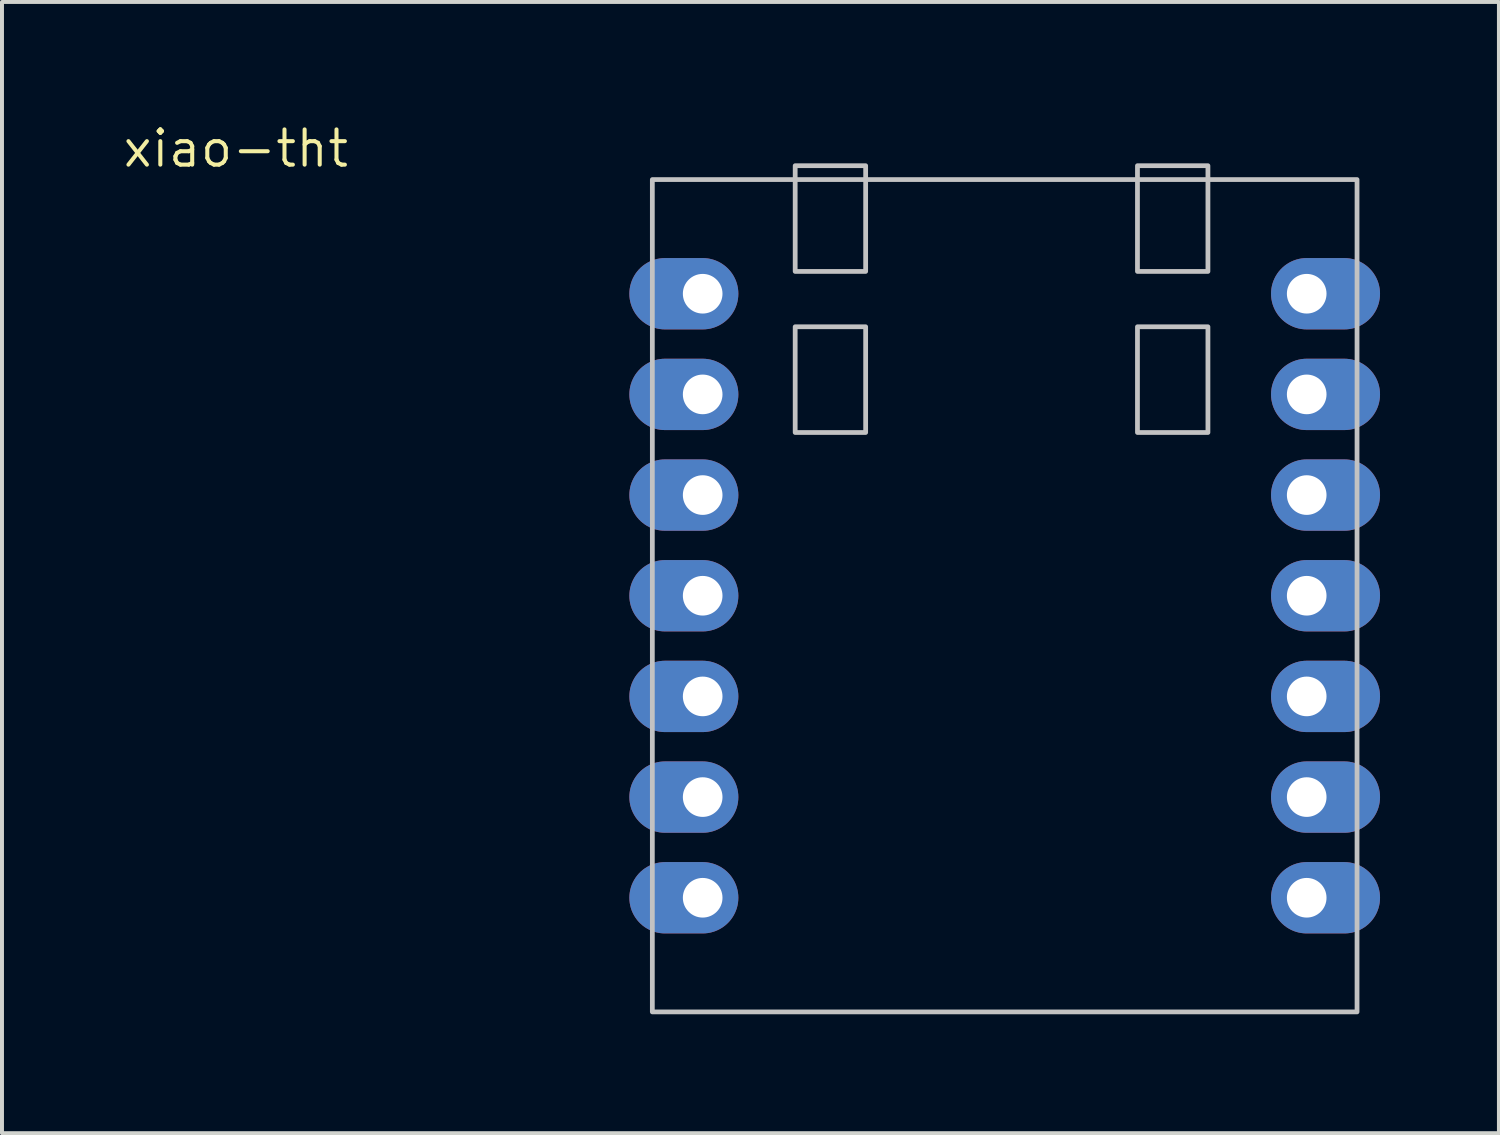
<source format=kicad_pcb>
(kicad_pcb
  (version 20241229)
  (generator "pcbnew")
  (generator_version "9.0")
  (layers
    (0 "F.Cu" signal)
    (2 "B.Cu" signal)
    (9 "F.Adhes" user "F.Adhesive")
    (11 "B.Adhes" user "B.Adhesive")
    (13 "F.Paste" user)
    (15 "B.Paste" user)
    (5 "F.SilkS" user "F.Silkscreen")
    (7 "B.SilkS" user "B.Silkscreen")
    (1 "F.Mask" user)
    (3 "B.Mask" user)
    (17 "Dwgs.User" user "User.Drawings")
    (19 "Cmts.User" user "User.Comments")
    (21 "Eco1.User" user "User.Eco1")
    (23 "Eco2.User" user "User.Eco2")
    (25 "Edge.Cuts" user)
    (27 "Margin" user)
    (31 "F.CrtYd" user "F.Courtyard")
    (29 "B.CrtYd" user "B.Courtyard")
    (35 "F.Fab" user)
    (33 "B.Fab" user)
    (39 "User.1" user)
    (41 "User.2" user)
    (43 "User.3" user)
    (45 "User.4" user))
  (footprint "xiao-tht"
    (layer "F.Cu")
    (at 22.299 11.981)
    (property "Reference" "xiao-tht" (at -19.399 -11.283 0) (layer "F.SilkS") (effects (font (size 0.889 0.889) (thickness 0.102))))
    (attr smd exclude_from_pos_files)
    (fp_rect (start -8.89 10.5) (end 8.89 -10.5) (stroke (width 0.12) (type solid)) (fill no) (layer "Dwgs.User"))
    (fp_rect (start -5.286 -6.786) (end -3.508 -4.119) (stroke (width 0.12) (type solid)) (fill no) (layer "Dwgs.User"))
    (fp_rect (start -3.508 -8.183) (end -5.286 -10.85) (stroke (width 0.12) (type solid)) (fill no) (layer "Dwgs.User"))
    (fp_rect (start 3.35 -10.85) (end 5.128 -8.183) (stroke (width 0.12) (type solid)) (fill no) (layer "Dwgs.User"))
    (fp_rect (start 3.35 -6.786) (end 5.128 -4.119) (stroke (width 0.12) (type solid)) (fill no) (layer "Dwgs.User"))
    (pad "1" thru_hole oval (at -7.62 -7.62) (size 2.75 1.8) (drill 1 (offset -0.475 0)) (layers "*.Cu" "*.Mask"))
    (pad "2" thru_hole oval (at -7.62 -5.08) (size 2.75 1.8) (drill 1 (offset -0.475 0)) (layers "*.Cu" "*.Mask"))
    (pad "3" thru_hole oval (at -7.62 -2.54) (size 2.75 1.8) (drill 1 (offset -0.475 0)) (layers "*.Cu" "*.Mask"))
    (pad "4" thru_hole oval (at -7.62 0) (size 2.75 1.8) (drill 1 (offset -0.475 0)) (layers "*.Cu" "*.Mask"))
    (pad "5" thru_hole oval (at -7.62 2.54) (size 2.75 1.8) (drill 1 (offset -0.475 0)) (layers "*.Cu" "*.Mask"))
    (pad "6" thru_hole oval (at -7.62 5.08) (size 2.75 1.8) (drill 1 (offset -0.475 0)) (layers "*.Cu" "*.Mask"))
    (pad "7" thru_hole oval (at -7.62 7.62) (size 2.75 1.8) (drill 1 (offset -0.475 0)) (layers "*.Cu" "*.Mask"))
    (pad "8" thru_hole oval (at 7.62 7.62 180) (size 2.75 1.8) (drill 1 (offset -0.475 0)) (layers "*.Cu" "*.Mask"))
    (pad "9" thru_hole oval (at 7.62 5.08 180) (size 2.75 1.8) (drill 1 (offset -0.475 0)) (layers "*.Cu" "*.Mask"))
    (pad "10" thru_hole oval (at 7.62 2.54 180) (size 2.75 1.8) (drill 1 (offset -0.475 0)) (layers "*.Cu" "*.Mask"))
    (pad "11" thru_hole oval (at 7.62 0 180) (size 2.75 1.8) (drill 1 (offset -0.475 0)) (layers "*.Cu" "*.Mask"))
    (pad "12" thru_hole oval (at 7.62 -2.54 180) (size 2.75 1.8) (drill 1 (offset -0.475 0)) (layers "*.Cu" "*.Mask"))
    (pad "13" thru_hole oval (at 7.62 -5.08 180) (size 2.75 1.8) (drill 1 (offset -0.475 0)) (layers "*.Cu" "*.Mask"))
    (pad "14" thru_hole oval (at 7.62 -7.62 180) (size 2.75 1.8) (drill 1 (offset -0.475 0)) (layers "*.Cu" "*.Mask")))
  (gr_rect
    (start -3 -3)
    (end 34.769 25.541)
    (stroke (width 0.1) (type default))
    (fill no)
    (layer "Edge.Cuts")))
</source>
